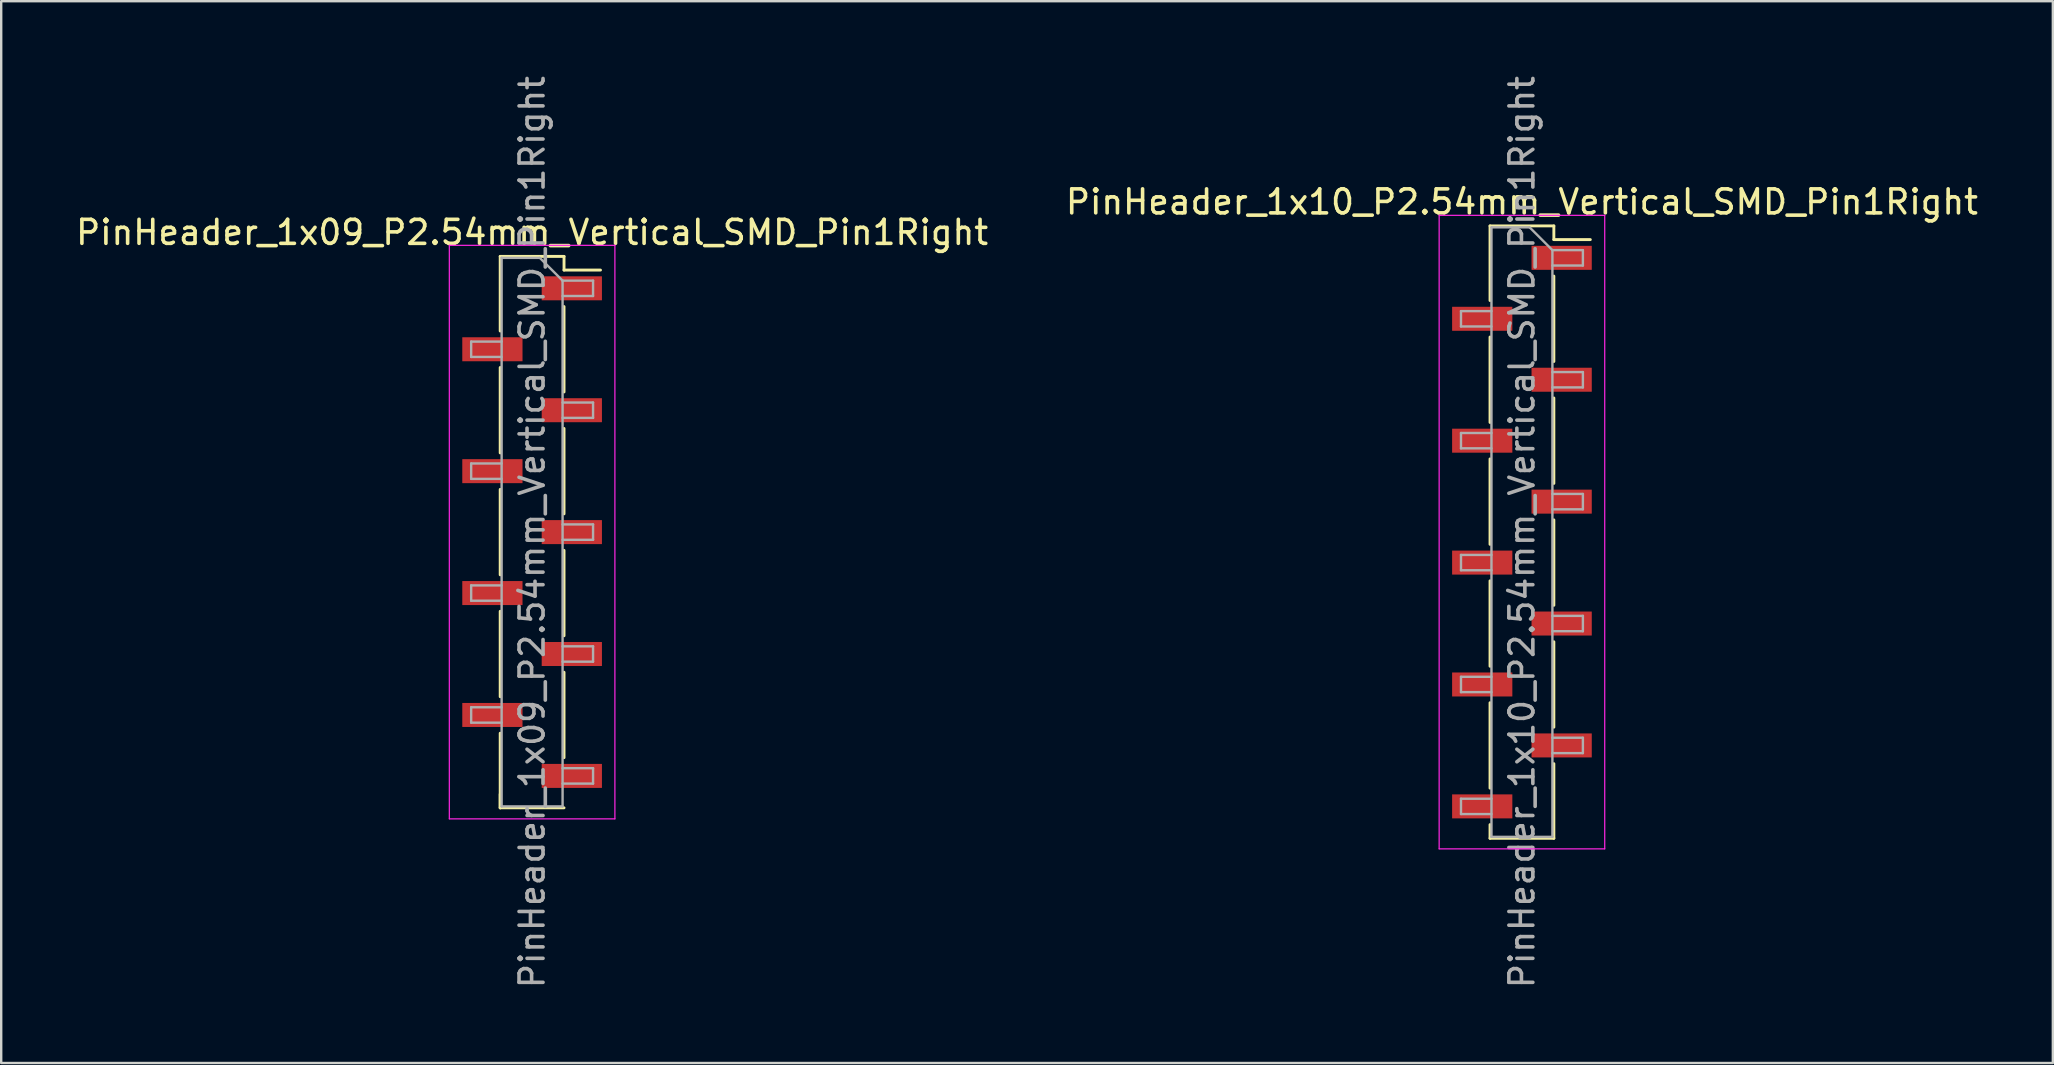
<source format=kicad_pcb>
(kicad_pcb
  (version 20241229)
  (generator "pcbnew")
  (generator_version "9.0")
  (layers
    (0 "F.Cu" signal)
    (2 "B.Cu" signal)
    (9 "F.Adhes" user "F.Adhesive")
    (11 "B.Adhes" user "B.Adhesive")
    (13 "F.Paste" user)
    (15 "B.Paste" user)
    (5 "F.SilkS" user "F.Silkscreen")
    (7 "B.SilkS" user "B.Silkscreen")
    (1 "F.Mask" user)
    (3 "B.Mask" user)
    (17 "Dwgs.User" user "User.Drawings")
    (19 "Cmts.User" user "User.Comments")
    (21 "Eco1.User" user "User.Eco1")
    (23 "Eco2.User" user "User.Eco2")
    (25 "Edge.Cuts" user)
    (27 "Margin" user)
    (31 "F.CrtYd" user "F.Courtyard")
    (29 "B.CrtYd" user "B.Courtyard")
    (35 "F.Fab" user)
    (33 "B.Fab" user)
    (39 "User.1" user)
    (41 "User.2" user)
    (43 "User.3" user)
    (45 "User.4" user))
  (footprint "PinHeader_1x10_P2.54mm_Vertical_SMD_Pin1Right"
    (layer "F.Cu")
    (at 60.375 19.125)
    (property "Reference" "PinHeader_1x10_P2.54mm_Vertical_SMD_Pin1Right" (at 0 -13.76 0) (layer "F.SilkS") (effects (font (size 1 1) (thickness 0.15))))
    (attr smd)
    (fp_line (start -1.33 -12.76) (end -1.33 -9.65) (stroke (width 0.12) (type solid)) (layer "F.SilkS"))
    (fp_line (start -1.33 -12.76) (end 1.33 -12.76) (stroke (width 0.12) (type solid)) (layer "F.SilkS"))
    (fp_line (start -1.33 -8.13) (end -1.33 -4.57) (stroke (width 0.12) (type solid)) (layer "F.SilkS"))
    (fp_line (start -1.33 -3.05) (end -1.33 0.51) (stroke (width 0.12) (type solid)) (layer "F.SilkS"))
    (fp_line (start -1.33 2.03) (end -1.33 5.59) (stroke (width 0.12) (type solid)) (layer "F.SilkS"))
    (fp_line (start -1.33 7.11) (end -1.33 10.67) (stroke (width 0.12) (type solid)) (layer "F.SilkS"))
    (fp_line (start -1.33 12.19) (end -1.33 12.76) (stroke (width 0.12) (type solid)) (layer "F.SilkS"))
    (fp_line (start -1.33 12.76) (end 1.33 12.76) (stroke (width 0.12) (type solid)) (layer "F.SilkS"))
    (fp_line (start 1.33 -12.76) (end 1.33 -12.19) (stroke (width 0.12) (type solid)) (layer "F.SilkS"))
    (fp_line (start 1.33 -12.19) (end 2.85 -12.19) (stroke (width 0.12) (type solid)) (layer "F.SilkS"))
    (fp_line (start 1.33 -10.67) (end 1.33 -7.11) (stroke (width 0.12) (type solid)) (layer "F.SilkS"))
    (fp_line (start 1.33 -5.59) (end 1.33 -2.03) (stroke (width 0.12) (type solid)) (layer "F.SilkS"))
    (fp_line (start 1.33 -0.51) (end 1.33 3.05) (stroke (width 0.12) (type solid)) (layer "F.SilkS"))
    (fp_line (start 1.33 4.57) (end 1.33 8.13) (stroke (width 0.12) (type solid)) (layer "F.SilkS"))
    (fp_line (start 1.33 9.65) (end 1.33 12.76) (stroke (width 0.12) (type solid)) (layer "F.SilkS"))
    (fp_line (start -3.45 -13.2) (end -3.45 13.2) (stroke (width 0.05) (type solid)) (layer "F.CrtYd"))
    (fp_line (start -3.45 13.2) (end 3.45 13.2) (stroke (width 0.05) (type solid)) (layer "F.CrtYd"))
    (fp_line (start 3.45 -13.2) (end -3.45 -13.2) (stroke (width 0.05) (type solid)) (layer "F.CrtYd"))
    (fp_line (start 3.45 13.2) (end 3.45 -13.2) (stroke (width 0.05) (type solid)) (layer "F.CrtYd"))
    (fp_line (start -2.54 -9.21) (end -2.54 -8.57) (stroke (width 0.1) (type solid)) (layer "F.Fab"))
    (fp_line (start -2.54 -8.57) (end -1.27 -8.57) (stroke (width 0.1) (type solid)) (layer "F.Fab"))
    (fp_line (start -2.54 -4.13) (end -2.54 -3.49) (stroke (width 0.1) (type solid)) (layer "F.Fab"))
    (fp_line (start -2.54 -3.49) (end -1.27 -3.49) (stroke (width 0.1) (type solid)) (layer "F.Fab"))
    (fp_line (start -2.54 0.95) (end -2.54 1.59) (stroke (width 0.1) (type solid)) (layer "F.Fab"))
    (fp_line (start -2.54 1.59) (end -1.27 1.59) (stroke (width 0.1) (type solid)) (layer "F.Fab"))
    (fp_line (start -2.54 6.03) (end -2.54 6.67) (stroke (width 0.1) (type solid)) (layer "F.Fab"))
    (fp_line (start -2.54 6.67) (end -1.27 6.67) (stroke (width 0.1) (type solid)) (layer "F.Fab"))
    (fp_line (start -2.54 11.11) (end -2.54 11.75) (stroke (width 0.1) (type solid)) (layer "F.Fab"))
    (fp_line (start -2.54 11.75) (end -1.27 11.75) (stroke (width 0.1) (type solid)) (layer "F.Fab"))
    (fp_line (start -1.27 -12.7) (end -1.27 12.7) (stroke (width 0.1) (type solid)) (layer "F.Fab"))
    (fp_line (start -1.27 -12.7) (end 0.32 -12.7) (stroke (width 0.1) (type solid)) (layer "F.Fab"))
    (fp_line (start -1.27 -9.21) (end -2.54 -9.21) (stroke (width 0.1) (type solid)) (layer "F.Fab"))
    (fp_line (start -1.27 -4.13) (end -2.54 -4.13) (stroke (width 0.1) (type solid)) (layer "F.Fab"))
    (fp_line (start -1.27 0.95) (end -2.54 0.95) (stroke (width 0.1) (type solid)) (layer "F.Fab"))
    (fp_line (start -1.27 6.03) (end -2.54 6.03) (stroke (width 0.1) (type solid)) (layer "F.Fab"))
    (fp_line (start -1.27 11.11) (end -2.54 11.11) (stroke (width 0.1) (type solid)) (layer "F.Fab"))
    (fp_line (start 1.27 -11.75) (end 0.32 -12.7) (stroke (width 0.1) (type solid)) (layer "F.Fab"))
    (fp_line (start 1.27 -11.75) (end 2.54 -11.75) (stroke (width 0.1) (type solid)) (layer "F.Fab"))
    (fp_line (start 1.27 -6.67) (end 2.54 -6.67) (stroke (width 0.1) (type solid)) (layer "F.Fab"))
    (fp_line (start 1.27 -1.59) (end 2.54 -1.59) (stroke (width 0.1) (type solid)) (layer "F.Fab"))
    (fp_line (start 1.27 3.49) (end 2.54 3.49) (stroke (width 0.1) (type solid)) (layer "F.Fab"))
    (fp_line (start 1.27 8.57) (end 2.54 8.57) (stroke (width 0.1) (type solid)) (layer "F.Fab"))
    (fp_line (start 1.27 12.7) (end -1.27 12.7) (stroke (width 0.1) (type solid)) (layer "F.Fab"))
    (fp_line (start 1.27 12.7) (end 1.27 -11.75) (stroke (width 0.1) (type solid)) (layer "F.Fab"))
    (fp_line (start 2.54 -11.75) (end 2.54 -11.11) (stroke (width 0.1) (type solid)) (layer "F.Fab"))
    (fp_line (start 2.54 -11.11) (end 1.27 -11.11) (stroke (width 0.1) (type solid)) (layer "F.Fab"))
    (fp_line (start 2.54 -6.67) (end 2.54 -6.03) (stroke (width 0.1) (type solid)) (layer "F.Fab"))
    (fp_line (start 2.54 -6.03) (end 1.27 -6.03) (stroke (width 0.1) (type solid)) (layer "F.Fab"))
    (fp_line (start 2.54 -1.59) (end 2.54 -0.95) (stroke (width 0.1) (type solid)) (layer "F.Fab"))
    (fp_line (start 2.54 -0.95) (end 1.27 -0.95) (stroke (width 0.1) (type solid)) (layer "F.Fab"))
    (fp_line (start 2.54 3.49) (end 2.54 4.13) (stroke (width 0.1) (type solid)) (layer "F.Fab"))
    (fp_line (start 2.54 4.13) (end 1.27 4.13) (stroke (width 0.1) (type solid)) (layer "F.Fab"))
    (fp_line (start 2.54 8.57) (end 2.54 9.21) (stroke (width 0.1) (type solid)) (layer "F.Fab"))
    (fp_line (start 2.54 9.21) (end 1.27 9.21) (stroke (width 0.1) (type solid)) (layer "F.Fab"))
    (fp_text user "${REFERENCE}" (at 0 0 90) (layer "F.Fab") (effects (font (size 1 1) (thickness 0.15))))
    (pad "1" smd rect (at 1.655 -11.43) (size 2.51 1) (layers "F.Cu" "F.Mask" "F.Paste"))
    (pad "2" smd rect (at -1.655 -8.89) (size 2.51 1) (layers "F.Cu" "F.Mask" "F.Paste"))
    (pad "3" smd rect (at 1.655 -6.35) (size 2.51 1) (layers "F.Cu" "F.Mask" "F.Paste"))
    (pad "4" smd rect (at -1.655 -3.81) (size 2.51 1) (layers "F.Cu" "F.Mask" "F.Paste"))
    (pad "5" smd rect (at 1.655 -1.27) (size 2.51 1) (layers "F.Cu" "F.Mask" "F.Paste"))
    (pad "6" smd rect (at -1.655 1.27) (size 2.51 1) (layers "F.Cu" "F.Mask" "F.Paste"))
    (pad "7" smd rect (at 1.655 3.81) (size 2.51 1) (layers "F.Cu" "F.Mask" "F.Paste"))
    (pad "8" smd rect (at -1.655 6.35) (size 2.51 1) (layers "F.Cu" "F.Mask" "F.Paste"))
    (pad "9" smd rect (at 1.655 8.89) (size 2.51 1) (layers "F.Cu" "F.Mask" "F.Paste"))
    (pad "10" smd rect (at -1.655 11.43) (size 2.51 1) (layers "F.Cu" "F.Mask" "F.Paste")))
  (footprint "PinHeader_1x09_P2.54mm_Vertical_SMD_Pin1Right"
    (layer "F.Cu")
    (at 19.125 19.125)
    (property "Reference" "PinHeader_1x09_P2.54mm_Vertical_SMD_Pin1Right" (at 0 -12.49 0) (layer "F.SilkS") (effects (font (size 1 1) (thickness 0.15))))
    (attr smd)
    (fp_line (start -1.33 -11.49) (end -1.33 -8.38) (stroke (width 0.12) (type solid)) (layer "F.SilkS"))
    (fp_line (start -1.33 -11.49) (end 1.33 -11.49) (stroke (width 0.12) (type solid)) (layer "F.SilkS"))
    (fp_line (start -1.33 -6.86) (end -1.33 -3.3) (stroke (width 0.12) (type solid)) (layer "F.SilkS"))
    (fp_line (start -1.33 -1.78) (end -1.33 1.78) (stroke (width 0.12) (type solid)) (layer "F.SilkS"))
    (fp_line (start -1.33 3.3) (end -1.33 6.86) (stroke (width 0.12) (type solid)) (layer "F.SilkS"))
    (fp_line (start -1.33 8.38) (end -1.33 11.49) (stroke (width 0.12) (type solid)) (layer "F.SilkS"))
    (fp_line (start -1.33 10.92) (end -1.33 11.49) (stroke (width 0.12) (type solid)) (layer "F.SilkS"))
    (fp_line (start -1.33 11.49) (end 1.33 11.49) (stroke (width 0.12) (type solid)) (layer "F.SilkS"))
    (fp_line (start 1.33 -11.49) (end 1.33 -10.92) (stroke (width 0.12) (type solid)) (layer "F.SilkS"))
    (fp_line (start 1.33 -10.92) (end 2.85 -10.92) (stroke (width 0.12) (type solid)) (layer "F.SilkS"))
    (fp_line (start 1.33 -9.4) (end 1.33 -5.84) (stroke (width 0.12) (type solid)) (layer "F.SilkS"))
    (fp_line (start 1.33 -4.32) (end 1.33 -0.76) (stroke (width 0.12) (type solid)) (layer "F.SilkS"))
    (fp_line (start 1.33 0.76) (end 1.33 4.32) (stroke (width 0.12) (type solid)) (layer "F.SilkS"))
    (fp_line (start 1.33 5.84) (end 1.33 9.4) (stroke (width 0.12) (type solid)) (layer "F.SilkS"))
    (fp_line (start -3.45 -11.95) (end -3.45 11.95) (stroke (width 0.05) (type solid)) (layer "F.CrtYd"))
    (fp_line (start -3.45 11.95) (end 3.45 11.95) (stroke (width 0.05) (type solid)) (layer "F.CrtYd"))
    (fp_line (start 3.45 -11.95) (end -3.45 -11.95) (stroke (width 0.05) (type solid)) (layer "F.CrtYd"))
    (fp_line (start 3.45 11.95) (end 3.45 -11.95) (stroke (width 0.05) (type solid)) (layer "F.CrtYd"))
    (fp_line (start -2.54 -7.94) (end -2.54 -7.3) (stroke (width 0.1) (type solid)) (layer "F.Fab"))
    (fp_line (start -2.54 -7.3) (end -1.27 -7.3) (stroke (width 0.1) (type solid)) (layer "F.Fab"))
    (fp_line (start -2.54 -2.86) (end -2.54 -2.22) (stroke (width 0.1) (type solid)) (layer "F.Fab"))
    (fp_line (start -2.54 -2.22) (end -1.27 -2.22) (stroke (width 0.1) (type solid)) (layer "F.Fab"))
    (fp_line (start -2.54 2.22) (end -2.54 2.86) (stroke (width 0.1) (type solid)) (layer "F.Fab"))
    (fp_line (start -2.54 2.86) (end -1.27 2.86) (stroke (width 0.1) (type solid)) (layer "F.Fab"))
    (fp_line (start -2.54 7.3) (end -2.54 7.94) (stroke (width 0.1) (type solid)) (layer "F.Fab"))
    (fp_line (start -2.54 7.94) (end -1.27 7.94) (stroke (width 0.1) (type solid)) (layer "F.Fab"))
    (fp_line (start -1.27 -11.43) (end -1.27 11.43) (stroke (width 0.1) (type solid)) (layer "F.Fab"))
    (fp_line (start -1.27 -11.43) (end 0.32 -11.43) (stroke (width 0.1) (type solid)) (layer "F.Fab"))
    (fp_line (start -1.27 -7.94) (end -2.54 -7.94) (stroke (width 0.1) (type solid)) (layer "F.Fab"))
    (fp_line (start -1.27 -2.86) (end -2.54 -2.86) (stroke (width 0.1) (type solid)) (layer "F.Fab"))
    (fp_line (start -1.27 2.22) (end -2.54 2.22) (stroke (width 0.1) (type solid)) (layer "F.Fab"))
    (fp_line (start -1.27 7.3) (end -2.54 7.3) (stroke (width 0.1) (type solid)) (layer "F.Fab"))
    (fp_line (start 1.27 -10.48) (end 0.32 -11.43) (stroke (width 0.1) (type solid)) (layer "F.Fab"))
    (fp_line (start 1.27 -10.48) (end 2.54 -10.48) (stroke (width 0.1) (type solid)) (layer "F.Fab"))
    (fp_line (start 1.27 -5.4) (end 2.54 -5.4) (stroke (width 0.1) (type solid)) (layer "F.Fab"))
    (fp_line (start 1.27 -0.32) (end 2.54 -0.32) (stroke (width 0.1) (type solid)) (layer "F.Fab"))
    (fp_line (start 1.27 4.76) (end 2.54 4.76) (stroke (width 0.1) (type solid)) (layer "F.Fab"))
    (fp_line (start 1.27 9.84) (end 2.54 9.84) (stroke (width 0.1) (type solid)) (layer "F.Fab"))
    (fp_line (start 1.27 11.43) (end -1.27 11.43) (stroke (width 0.1) (type solid)) (layer "F.Fab"))
    (fp_line (start 1.27 11.43) (end 1.27 -10.48) (stroke (width 0.1) (type solid)) (layer "F.Fab"))
    (fp_line (start 2.54 -10.48) (end 2.54 -9.84) (stroke (width 0.1) (type solid)) (layer "F.Fab"))
    (fp_line (start 2.54 -9.84) (end 1.27 -9.84) (stroke (width 0.1) (type solid)) (layer "F.Fab"))
    (fp_line (start 2.54 -5.4) (end 2.54 -4.76) (stroke (width 0.1) (type solid)) (layer "F.Fab"))
    (fp_line (start 2.54 -4.76) (end 1.27 -4.76) (stroke (width 0.1) (type solid)) (layer "F.Fab"))
    (fp_line (start 2.54 -0.32) (end 2.54 0.32) (stroke (width 0.1) (type solid)) (layer "F.Fab"))
    (fp_line (start 2.54 0.32) (end 1.27 0.32) (stroke (width 0.1) (type solid)) (layer "F.Fab"))
    (fp_line (start 2.54 4.76) (end 2.54 5.4) (stroke (width 0.1) (type solid)) (layer "F.Fab"))
    (fp_line (start 2.54 5.4) (end 1.27 5.4) (stroke (width 0.1) (type solid)) (layer "F.Fab"))
    (fp_line (start 2.54 9.84) (end 2.54 10.48) (stroke (width 0.1) (type solid)) (layer "F.Fab"))
    (fp_line (start 2.54 10.48) (end 1.27 10.48) (stroke (width 0.1) (type solid)) (layer "F.Fab"))
    (fp_text user "${REFERENCE}" (at 0 0 90) (layer "F.Fab") (effects (font (size 1 1) (thickness 0.15))))
    (pad "1" smd rect (at 1.655 -10.16) (size 2.51 1) (layers "F.Cu" "F.Mask" "F.Paste"))
    (pad "2" smd rect (at -1.655 -7.62) (size 2.51 1) (layers "F.Cu" "F.Mask" "F.Paste"))
    (pad "3" smd rect (at 1.655 -5.08) (size 2.51 1) (layers "F.Cu" "F.Mask" "F.Paste"))
    (pad "4" smd rect (at -1.655 -2.54) (size 2.51 1) (layers "F.Cu" "F.Mask" "F.Paste"))
    (pad "5" smd rect (at 1.655 0) (size 2.51 1) (layers "F.Cu" "F.Mask" "F.Paste"))
    (pad "6" smd rect (at -1.655 2.54) (size 2.51 1) (layers "F.Cu" "F.Mask" "F.Paste"))
    (pad "7" smd rect (at 1.655 5.08) (size 2.51 1) (layers "F.Cu" "F.Mask" "F.Paste"))
    (pad "8" smd rect (at -1.655 7.62) (size 2.51 1) (layers "F.Cu" "F.Mask" "F.Paste"))
    (pad "9" smd rect (at 1.655 10.16) (size 2.51 1) (layers "F.Cu" "F.Mask" "F.Paste")))
  (gr_rect
    (start -3 -3)
    (end 82.5 41.25)
    (stroke (width 0.1) (type default))
    (fill no)
    (layer "Edge.Cuts")))
</source>
